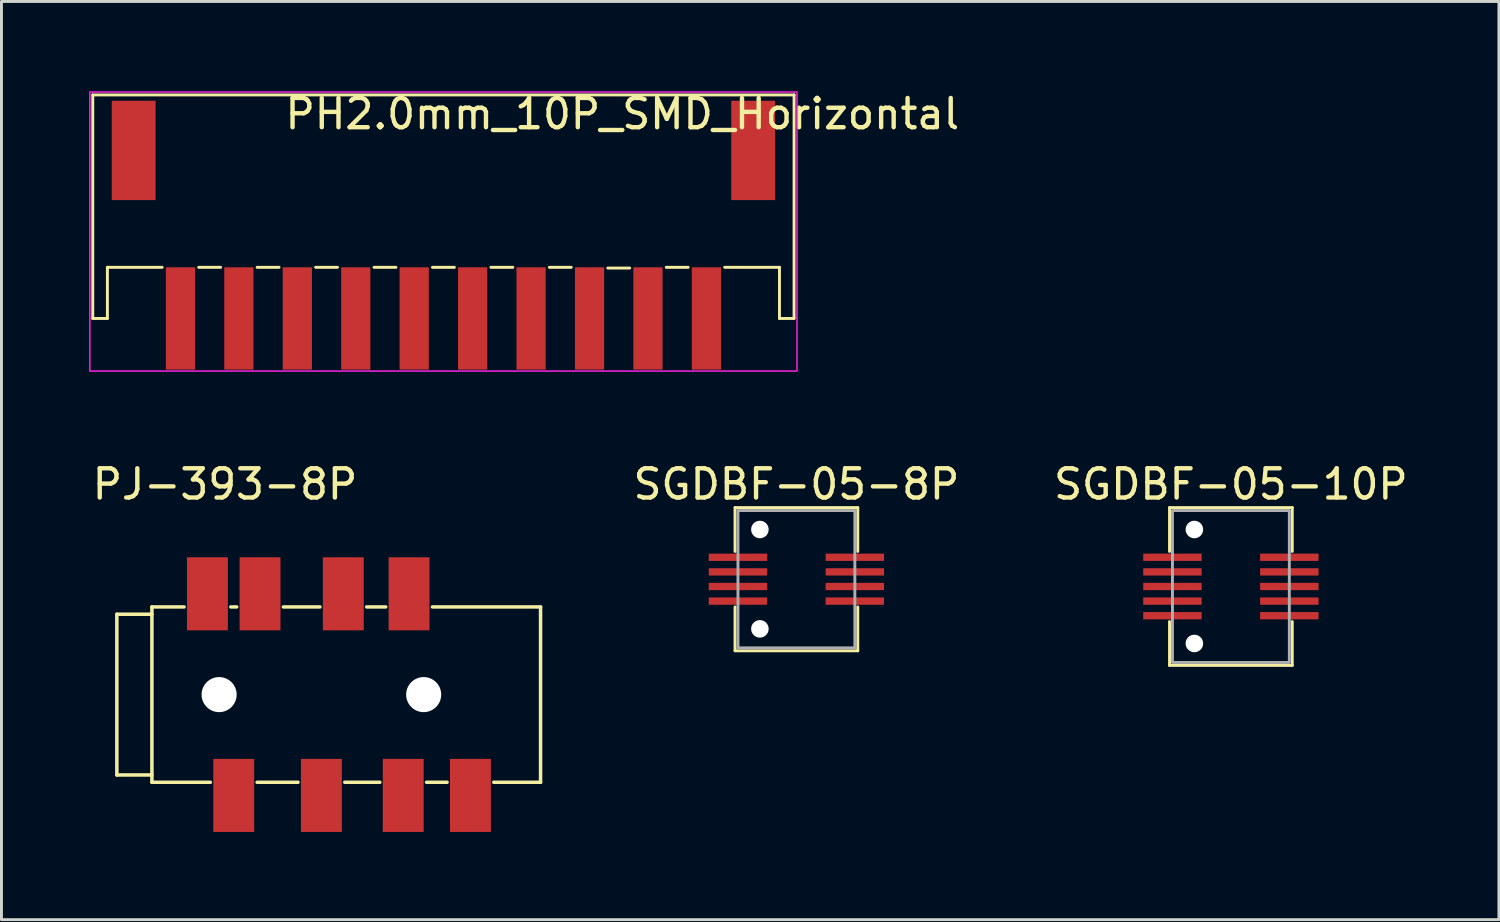
<source format=kicad_pcb>
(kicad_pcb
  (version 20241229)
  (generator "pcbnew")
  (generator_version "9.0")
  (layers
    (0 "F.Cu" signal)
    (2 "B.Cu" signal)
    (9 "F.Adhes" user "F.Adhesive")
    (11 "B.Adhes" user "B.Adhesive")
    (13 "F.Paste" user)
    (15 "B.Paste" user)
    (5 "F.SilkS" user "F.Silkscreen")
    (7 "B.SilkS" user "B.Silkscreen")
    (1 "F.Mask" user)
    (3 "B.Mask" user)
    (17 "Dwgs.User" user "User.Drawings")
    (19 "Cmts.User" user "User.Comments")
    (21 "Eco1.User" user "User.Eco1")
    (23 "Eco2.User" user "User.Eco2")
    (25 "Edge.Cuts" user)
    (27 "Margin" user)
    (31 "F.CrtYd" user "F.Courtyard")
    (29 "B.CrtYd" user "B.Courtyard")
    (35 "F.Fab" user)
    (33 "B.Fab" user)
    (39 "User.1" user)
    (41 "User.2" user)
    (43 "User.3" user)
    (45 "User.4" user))
  (footprint "SGDBF-05-10P"
    (layer "F.Cu")
    (at 39.074 17.021)
    (property "Reference" "SGDBF-05-10P" (at 0 -3.5 0) (layer "F.SilkS") (effects (font (size 1 1) (thickness 0.15))))
    (attr through_hole)
    (fp_line (start -2.1 -2.7) (end 2.1 -2.7) (stroke (width 0.1) (type default)) (layer "F.SilkS"))
    (fp_line (start -2.1 -1.2) (end -2.1 -2.7) (stroke (width 0.1) (type default)) (layer "F.SilkS"))
    (fp_line (start -2.1 2.7) (end -2.1 1.2) (stroke (width 0.1) (type default)) (layer "F.SilkS"))
    (fp_line (start 2.1 -2.7) (end 2.1 -1.2) (stroke (width 0.1) (type default)) (layer "F.SilkS"))
    (fp_line (start 2.1 1.2) (end 2.1 2.7) (stroke (width 0.1) (type default)) (layer "F.SilkS"))
    (fp_line (start 2.1 2.7) (end -2.1 2.7) (stroke (width 0.1) (type default)) (layer "F.SilkS"))
    (fp_rect (start -2 -2.6) (end 2 2.6) (stroke (width 0.1) (type default)) (fill no) (layer "F.Fab"))
    (pad "" np_thru_hole circle (at -1.25 -1.95) (size 0.6 0.6) (drill 0.6) (layers "*.Cu" "*.Mask"))
    (pad "" np_thru_hole circle (at -1.25 1.95) (size 0.6 0.6) (drill 0.6) (layers "*.Cu" "*.Mask"))
    (pad "1" smd rect (at -2 -1 180) (size 2 0.25) (layers "F.Cu" "F.Mask" "F.Paste"))
    (pad "2" smd rect (at 2 -1 180) (size 2 0.25) (layers "F.Cu" "F.Mask" "F.Paste"))
    (pad "3" smd rect (at -2 -0.5 180) (size 2 0.25) (layers "F.Cu" "F.Mask" "F.Paste"))
    (pad "4" smd rect (at 2 -0.5 180) (size 2 0.25) (layers "F.Cu" "F.Mask" "F.Paste"))
    (pad "5" smd rect (at -2 0 180) (size 2 0.25) (layers "F.Cu" "F.Mask" "F.Paste"))
    (pad "6" smd rect (at 2 0 180) (size 2 0.25) (layers "F.Cu" "F.Mask" "F.Paste"))
    (pad "7" smd rect (at -2 0.5 180) (size 2 0.25) (layers "F.Cu" "F.Mask" "F.Paste"))
    (pad "8" smd rect (at 2 0.5 180) (size 2 0.25) (layers "F.Cu" "F.Mask" "F.Paste"))
    (pad "9" smd rect (at -2 1 180) (size 2 0.25) (layers "F.Cu" "F.Mask" "F.Paste"))
    (pad "10" smd rect (at 2 1 180) (size 2 0.25) (layers "F.Cu" "F.Mask" "F.Paste")))
  (footprint "SGDBF-05-8P"
    (layer "F.Cu")
    (at 24.205 16.771)
    (property "Reference" "SGDBF-05-8P" (at 0 -3.25 0) (layer "F.SilkS") (effects (font (size 1 1) (thickness 0.15))))
    (attr through_hole)
    (fp_line (start -2.1 -2.45) (end 2.1 -2.45) (stroke (width 0.1) (type default)) (layer "F.SilkS"))
    (fp_line (start -2.1 -0.95) (end -2.1 -2.45) (stroke (width 0.1) (type default)) (layer "F.SilkS"))
    (fp_line (start -2.1 2.45) (end -2.1 0.95) (stroke (width 0.1) (type default)) (layer "F.SilkS"))
    (fp_line (start 2.1 -2.45) (end 2.1 -0.95) (stroke (width 0.1) (type default)) (layer "F.SilkS"))
    (fp_line (start 2.1 0.95) (end 2.1 2.45) (stroke (width 0.1) (type default)) (layer "F.SilkS"))
    (fp_line (start 2.1 2.45) (end -2.1 2.45) (stroke (width 0.1) (type default)) (layer "F.SilkS"))
    (fp_rect (start -2 -2.35) (end 2 2.35) (stroke (width 0.1) (type default)) (fill no) (layer "F.Fab"))
    (pad "" np_thru_hole circle (at -1.25 -1.7) (size 0.6 0.6) (drill 0.6) (layers "*.Cu" "*.Mask"))
    (pad "" np_thru_hole circle (at -1.25 1.7) (size 0.6 0.6) (drill 0.6) (layers "*.Cu" "*.Mask"))
    (pad "1" smd rect (at -2 -0.75 180) (size 2 0.25) (layers "F.Cu" "F.Mask" "F.Paste"))
    (pad "2" smd rect (at 2 -0.75 180) (size 2 0.25) (layers "F.Cu" "F.Mask" "F.Paste"))
    (pad "3" smd rect (at -2 -0.25 180) (size 2 0.25) (layers "F.Cu" "F.Mask" "F.Paste"))
    (pad "4" smd rect (at 2 -0.25 180) (size 2 0.25) (layers "F.Cu" "F.Mask" "F.Paste"))
    (pad "5" smd rect (at -2 0.25 180) (size 2 0.25) (layers "F.Cu" "F.Mask" "F.Paste"))
    (pad "6" smd rect (at 2 0.25 180) (size 2 0.25) (layers "F.Cu" "F.Mask" "F.Paste"))
    (pad "7" smd rect (at -2 0.75 180) (size 2 0.25) (layers "F.Cu" "F.Mask" "F.Paste"))
    (pad "8" smd rect (at 2 0.75 180) (size 2 0.25) (layers "F.Cu" "F.Mask" "F.Paste")))
  (footprint "PJ-393-8P"
    (layer "F.Cu")
    (at 0.949 20.721)
    (property "Reference" "PJ-393-8P" (at 3.7 -7.2 0) (layer "F.SilkS") (effects (font (size 1 1) (thickness 0.15))))
    (attr through_hole)
    (fp_line (start 0 -2.75) (end 0 2.75) (stroke (width 0.12) (type default)) (layer "F.SilkS"))
    (fp_line (start 0 2.75) (end 1.2 2.75) (stroke (width 0.12) (type default)) (layer "F.SilkS"))
    (fp_line (start 1.2 -3) (end 1.2 3) (stroke (width 0.12) (type default)) (layer "F.SilkS"))
    (fp_line (start 1.2 -3) (end 2.3 -3) (stroke (width 0.12) (type default)) (layer "F.SilkS"))
    (fp_line (start 1.2 -2.75) (end 0 -2.75) (stroke (width 0.12) (type default)) (layer "F.SilkS"))
    (fp_line (start 1.2 3) (end 3.2 3) (stroke (width 0.12) (type default)) (layer "F.SilkS"))
    (fp_line (start 3.9 -3) (end 4.1 -3) (stroke (width 0.12) (type default)) (layer "F.SilkS"))
    (fp_line (start 4.8 3) (end 6.2 3) (stroke (width 0.12) (type default)) (layer "F.SilkS"))
    (fp_line (start 5.7 -3) (end 6.95 -3) (stroke (width 0.12) (type default)) (layer "F.SilkS"))
    (fp_line (start 7.8 3) (end 9 3) (stroke (width 0.12) (type default)) (layer "F.SilkS"))
    (fp_line (start 8.55 -3) (end 9.2 -3) (stroke (width 0.12) (type default)) (layer "F.SilkS"))
    (fp_line (start 10.6 3) (end 11.3 3) (stroke (width 0.12) (type default)) (layer "F.SilkS"))
    (fp_line (start 10.8 -3) (end 14.5 -3) (stroke (width 0.12) (type default)) (layer "F.SilkS"))
    (fp_line (start 12.9 3) (end 14.5 3) (stroke (width 0.12) (type default)) (layer "F.SilkS"))
    (fp_line (start 14.5 -3) (end 14.5 3) (stroke (width 0.12) (type default)) (layer "F.SilkS"))
    (pad "" np_thru_hole circle (at 3.5 0) (size 1.2 1.2) (drill 1.2) (layers "*.Cu" "*.Mask"))
    (pad "" np_thru_hole circle (at 10.5 0) (size 1.2 1.2) (drill 1.2) (layers "*.Cu" "*.Mask"))
    (pad "1" smd rect (at 4 3.45 90) (size 2.5 1.4) (layers "F.Cu" "F.Mask" "F.Paste"))
    (pad "2" smd rect (at 7 3.45 90) (size 2.5 1.4) (layers "F.Cu" "F.Mask" "F.Paste"))
    (pad "3" smd rect (at 9.8 3.45 90) (size 2.5 1.4) (layers "F.Cu" "F.Mask" "F.Paste"))
    (pad "4" smd rect (at 12.1 3.45 90) (size 2.5 1.4) (layers "F.Cu" "F.Mask" "F.Paste"))
    (pad "5" smd rect (at 3.1 -3.45 90) (size 2.5 1.4) (layers "F.Cu" "F.Mask" "F.Paste"))
    (pad "6" smd rect (at 4.9 -3.45 90) (size 2.5 1.4) (layers "F.Cu" "F.Mask" "F.Paste"))
    (pad "7" smd rect (at 7.75 -3.45 90) (size 2.5 1.4) (layers "F.Cu" "F.Mask" "F.Paste"))
    (pad "8" smd rect (at 10 -3.45 90) (size 2.5 1.4) (layers "F.Cu" "F.Mask" "F.Paste")))
  (footprint "PH2.0mm_10P_SMD_Horizontal"
    (layer "F.Cu")
    (at 12.125 7.848)
    (property "Reference" "PH2.0mm_10P_SMD_Horizontal" (at -5.5 -7 0) (layer "F.SilkS") (effects (font (size 1 1) (thickness 0.15)) (justify left)))
    (attr smd)
    (fp_line (start -12 -7.65) (end -12 0) (stroke (width 0.1) (type solid)) (layer "F.SilkS"))
    (fp_line (start -12 -7.65) (end 12 -7.65) (stroke (width 0.1) (type solid)) (layer "F.SilkS"))
    (fp_line (start -12 0) (end -11.5 0) (stroke (width 0.1) (type default)) (layer "F.SilkS"))
    (fp_line (start -11.5 -1.75) (end -11.5 0) (stroke (width 0.1) (type default)) (layer "F.SilkS"))
    (fp_line (start -11.5 -1.75) (end -9.625 -1.75) (stroke (width 0.1) (type default)) (layer "F.SilkS"))
    (fp_line (start -8.375 -1.75) (end -7.625 -1.75) (stroke (width 0.1) (type default)) (layer "F.SilkS"))
    (fp_line (start -6.375 -1.75) (end -5.625 -1.75) (stroke (width 0.1) (type default)) (layer "F.SilkS"))
    (fp_line (start -4.375 -1.75) (end -3.625 -1.75) (stroke (width 0.1) (type default)) (layer "F.SilkS"))
    (fp_line (start -2.375 -1.75) (end -1.625 -1.75) (stroke (width 0.1) (type default)) (layer "F.SilkS"))
    (fp_line (start -0.375 -1.75) (end 0.375 -1.75) (stroke (width 0.1) (type default)) (layer "F.SilkS"))
    (fp_line (start 1.625 -1.75) (end 2.375 -1.75) (stroke (width 0.1) (type default)) (layer "F.SilkS"))
    (fp_line (start 3.625 -1.75) (end 4.375 -1.75) (stroke (width 0.1) (type default)) (layer "F.SilkS"))
    (fp_line (start 5.625 -1.725) (end 6.375 -1.725) (stroke (width 0.1) (type default)) (layer "F.SilkS"))
    (fp_line (start 7.625 -1.75) (end 8.375 -1.75) (stroke (width 0.1) (type default)) (layer "F.SilkS"))
    (fp_line (start 9.625 -1.75) (end 11.5 -1.75) (stroke (width 0.1) (type default)) (layer "F.SilkS"))
    (fp_line (start 11.5 -1.75) (end 11.5 0) (stroke (width 0.1) (type default)) (layer "F.SilkS"))
    (fp_line (start 12 -7.65) (end 12 0) (stroke (width 0.1) (type solid)) (layer "F.SilkS"))
    (fp_line (start 12 0) (end 11.5 0) (stroke (width 0.1) (type default)) (layer "F.SilkS"))
    (fp_rect (start -12.1 1.8) (end 12.1 -7.75) (stroke (width 0.05) (type default)) (fill no) (layer "F.CrtYd"))
    (pad "1" smd rect (at -9 0) (size 1 3.5) (layers "F.Cu" "F.Mask" "F.Paste"))
    (pad "2" smd rect (at -7 0) (size 1 3.5) (layers "F.Cu" "F.Mask" "F.Paste"))
    (pad "3" smd rect (at -5 0) (size 1 3.5) (layers "F.Cu" "F.Mask" "F.Paste"))
    (pad "4" smd rect (at -3 0) (size 1 3.5) (layers "F.Cu" "F.Mask" "F.Paste"))
    (pad "5" smd rect (at -1 0) (size 1 3.5) (layers "F.Cu" "F.Mask" "F.Paste"))
    (pad "6" smd rect (at 1 0) (size 1 3.5) (layers "F.Cu" "F.Mask" "F.Paste"))
    (pad "7" smd rect (at 3 0) (size 1 3.5) (layers "F.Cu" "F.Mask" "F.Paste"))
    (pad "8" smd rect (at 5 0) (size 1 3.5) (layers "F.Cu" "F.Mask" "F.Paste"))
    (pad "9" smd rect (at 7 0) (size 1 3.5) (layers "F.Cu" "F.Mask" "F.Paste"))
    (pad "10" smd rect (at 9 0) (size 1 3.5) (layers "F.Cu" "F.Mask" "F.Paste"))
    (pad "MP" smd rect (at -10.6 -5.75) (size 1.5 3.4) (layers "F.Cu" "F.Mask" "F.Paste"))
    (pad "MP" smd rect (at 10.6 -5.75) (size 1.5 3.4) (layers "F.Cu" "F.Mask" "F.Paste")))
  (gr_rect
    (start -3 -3)
    (end 48.247 28.422)
    (stroke (width 0.1) (type default))
    (fill no)
    (layer "Edge.Cuts")))
</source>
